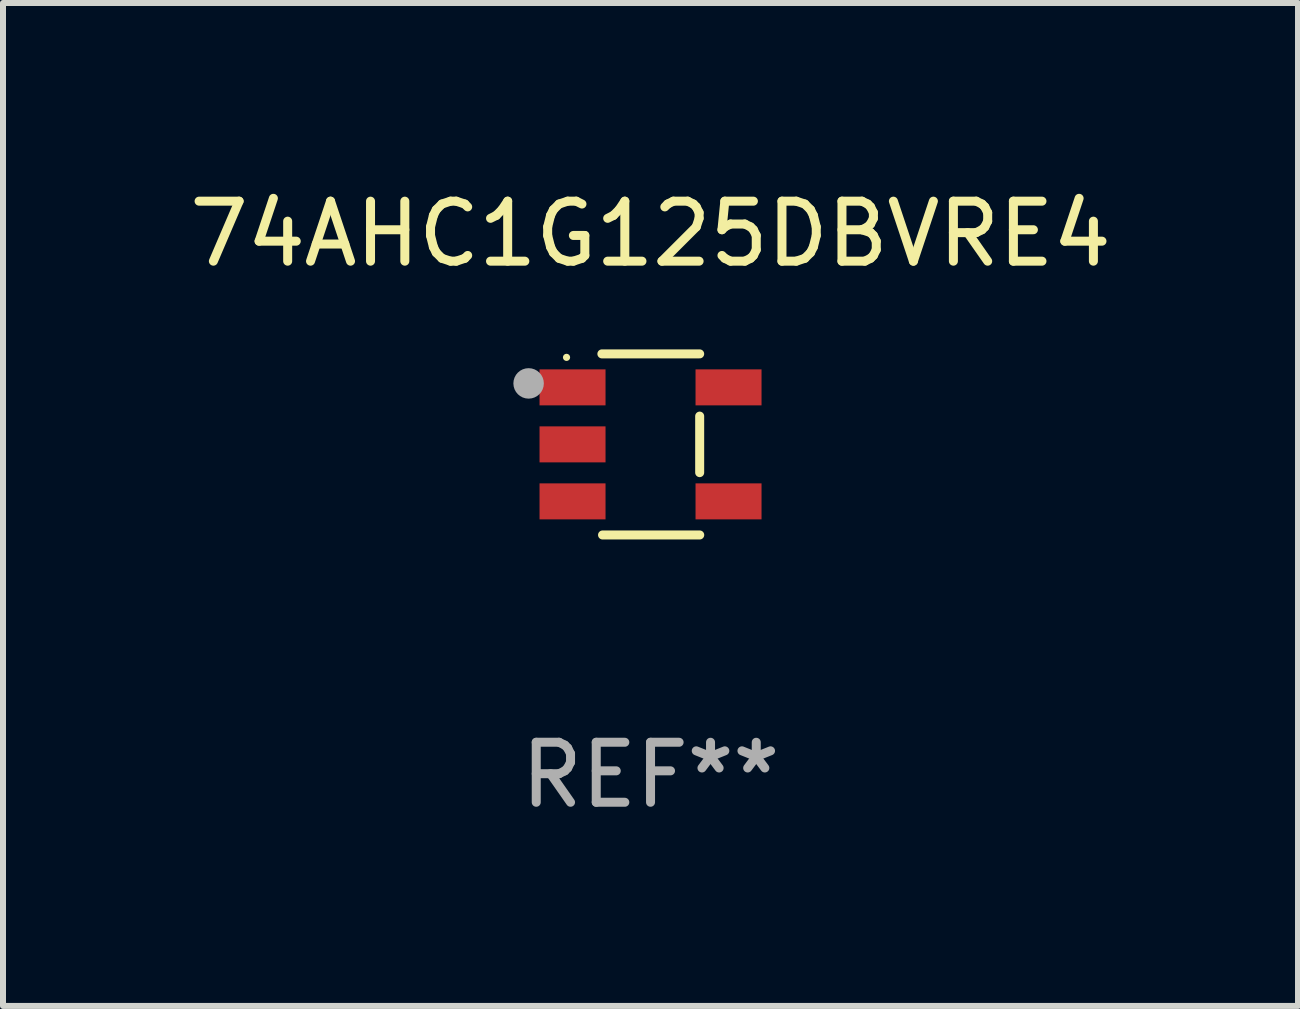
<source format=kicad_pcb>
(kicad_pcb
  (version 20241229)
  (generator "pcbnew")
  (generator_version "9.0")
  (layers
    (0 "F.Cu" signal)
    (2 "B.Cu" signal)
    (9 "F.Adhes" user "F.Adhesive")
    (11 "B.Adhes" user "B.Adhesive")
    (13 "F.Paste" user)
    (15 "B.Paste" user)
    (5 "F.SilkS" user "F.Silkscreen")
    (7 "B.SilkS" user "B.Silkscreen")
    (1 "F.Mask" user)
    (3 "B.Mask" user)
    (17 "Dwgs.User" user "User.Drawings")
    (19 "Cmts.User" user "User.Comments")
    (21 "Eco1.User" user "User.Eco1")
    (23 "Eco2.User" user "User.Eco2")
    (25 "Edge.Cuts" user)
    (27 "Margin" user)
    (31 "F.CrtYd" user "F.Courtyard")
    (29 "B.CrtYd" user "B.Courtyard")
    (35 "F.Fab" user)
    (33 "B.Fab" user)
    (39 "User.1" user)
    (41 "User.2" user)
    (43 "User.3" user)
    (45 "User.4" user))
  (footprint "74AHC1G125DBVRE4"
    (layer "F.Cu")
    (at 7.792 4.357)
    (property "Reference" "74AHC1G125DBVRE4" (at 0 -3.509 0) (layer "F.SilkS") (effects (font (size 1 1) (thickness 0.15))))
    (attr through_hole)
    (fp_line (start -0.811 -1.509) (end 0.819 -1.509) (stroke (width 0.15) (type solid)) (layer "F.SilkS"))
    (fp_line (start -0.8 1.509) (end 0.82 1.509) (stroke (width 0.15) (type solid)) (layer "F.SilkS"))
    (fp_line (start 0.819 -0.472) (end 0.819 0.47) (stroke (width 0.15) (type solid)) (layer "F.SilkS"))
    (fp_circle (center -1.4 -1.451) (end -1.37 -1.451) (stroke (width 0.06) (type solid)) (fill no) (layer "F.SilkS"))
    (fp_circle (center -2.032 -1.017) (end -1.905 -1.017) (stroke (width 0.254) (type solid)) (fill no) (layer "F.Fab"))
    (fp_text user "REF**" (at 0 5.509 0) (layer "F.Fab") (effects (font (size 1 1) (thickness 0.15))))
    (pad "1" smd rect (at -1.3 -0.951) (size 1.1 0.6) (layers "F.Cu" "F.Mask" "F.Paste"))
    (pad "2" smd rect (at -1.3 -0.001) (size 1.1 0.6) (layers "F.Cu" "F.Mask" "F.Paste"))
    (pad "3" smd rect (at -1.3 0.949) (size 1.1 0.6) (layers "F.Cu" "F.Mask" "F.Paste"))
    (pad "4" smd rect (at 1.3 0.949) (size 1.1 0.6) (layers "F.Cu" "F.Mask" "F.Paste"))
    (pad "5" smd rect (at 1.3 -0.951) (size 1.1 0.6) (layers "F.Cu" "F.Mask" "F.Paste")))
  (gr_rect
    (start -3 -3)
    (end 18.583 13.715)
    (stroke (width 0.1) (type default))
    (fill no)
    (layer "Edge.Cuts")))
</source>
